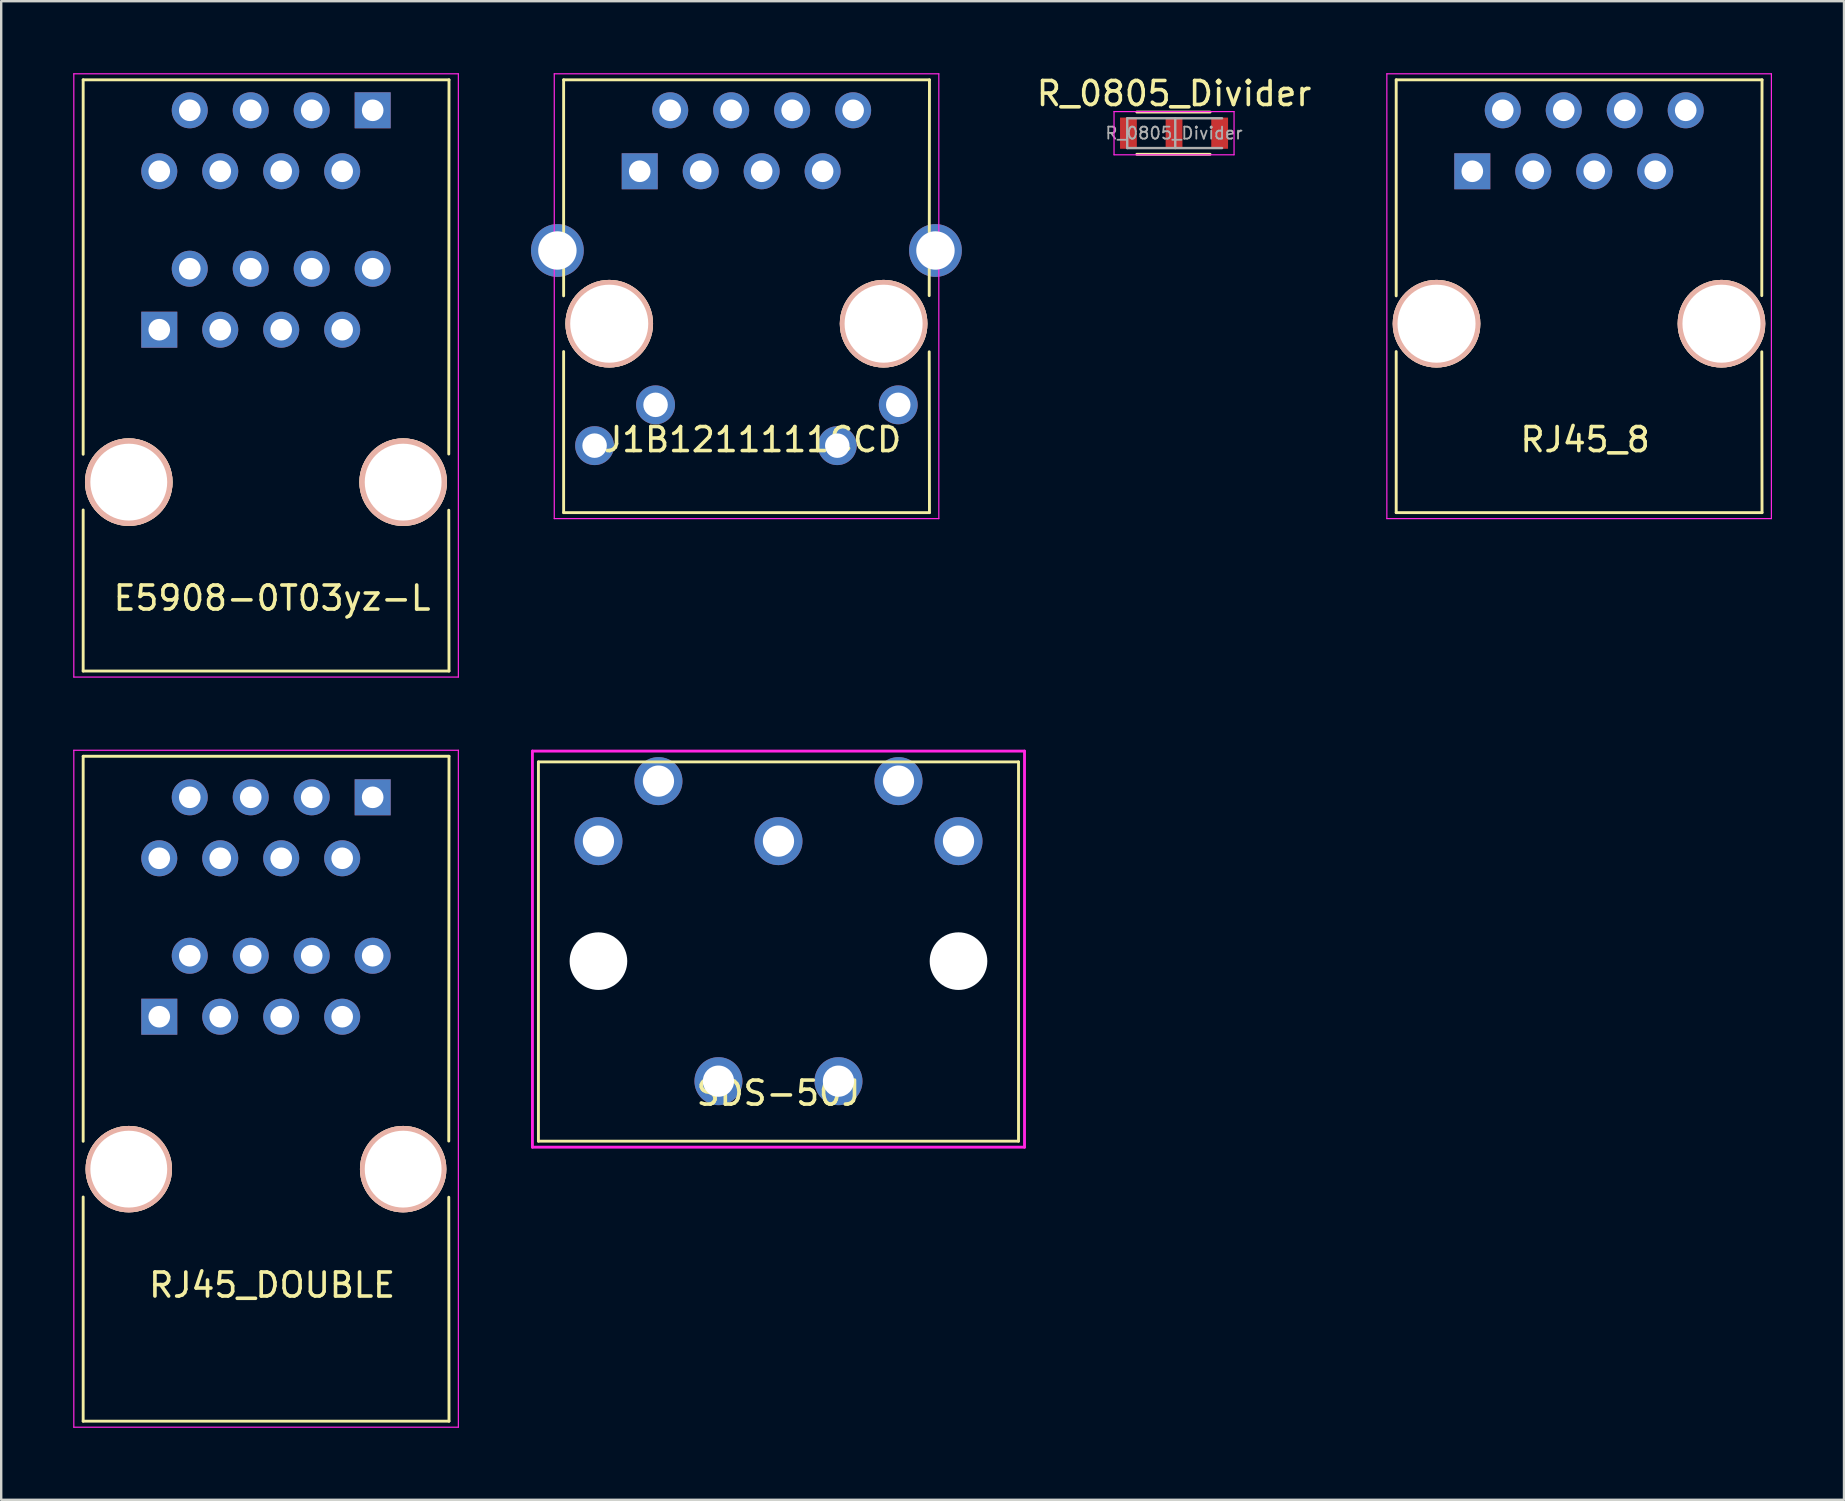
<source format=kicad_pcb>
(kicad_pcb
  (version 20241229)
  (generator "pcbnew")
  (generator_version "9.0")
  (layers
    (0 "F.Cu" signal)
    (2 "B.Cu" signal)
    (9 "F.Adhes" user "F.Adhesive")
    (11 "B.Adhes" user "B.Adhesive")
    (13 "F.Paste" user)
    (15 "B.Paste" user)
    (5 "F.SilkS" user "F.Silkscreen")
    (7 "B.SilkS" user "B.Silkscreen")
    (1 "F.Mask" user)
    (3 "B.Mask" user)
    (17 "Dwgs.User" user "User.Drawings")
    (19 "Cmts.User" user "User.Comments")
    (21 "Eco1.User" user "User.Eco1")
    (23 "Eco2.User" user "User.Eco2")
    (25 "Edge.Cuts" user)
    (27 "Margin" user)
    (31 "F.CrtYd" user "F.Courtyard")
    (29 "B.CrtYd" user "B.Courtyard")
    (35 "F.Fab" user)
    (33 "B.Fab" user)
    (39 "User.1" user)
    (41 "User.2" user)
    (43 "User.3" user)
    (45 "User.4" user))
  (footprint "RJ45_DOUBLE"
    (layer "F.Cu")
    (at 3.585 39.305)
    (property "Reference" "RJ45_DOUBLE" (at 4.7 11.18 0) (layer "F.SilkS") (effects (font (size 1 1) (thickness 0.15))))
    (attr through_hole)
    (fp_line (start -3.17 -10.85) (end -3.17 5.19) (stroke (width 0.12) (type solid)) (layer "F.SilkS"))
    (fp_line (start -3.17 7.51) (end -3.17 16.85) (stroke (width 0.12) (type solid)) (layer "F.SilkS"))
    (fp_line (start -3.17 16.85) (end 12.07 16.85) (stroke (width 0.12) (type solid)) (layer "F.SilkS"))
    (fp_line (start 12.06 7.52) (end 12.07 16.85) (stroke (width 0.12) (type solid)) (layer "F.SilkS"))
    (fp_line (start 12.07 -10.85) (end -3.17 -10.85) (stroke (width 0.12) (type solid)) (layer "F.SilkS"))
    (fp_line (start 12.07 -10.85) (end 12.06 5.18) (stroke (width 0.12) (type solid)) (layer "F.SilkS"))
    (fp_line (start -3.56 -11.1) (end -3.56 17.1) (stroke (width 0.05) (type solid)) (layer "F.CrtYd"))
    (fp_line (start -3.56 -11.1) (end 12.46 -11.1) (stroke (width 0.05) (type solid)) (layer "F.CrtYd"))
    (fp_line (start 12.46 17.1) (end -3.56 17.1) (stroke (width 0.05) (type solid)) (layer "F.CrtYd"))
    (fp_line (start 12.46 17.1) (end 12.46 -11.1) (stroke (width 0.05) (type solid)) (layer "F.CrtYd"))
    (pad "" np_thru_hole circle (at -1.27 6.35) (size 3.6 3.6) (drill 3.2) (layers "*.Cu" "*.SilkS" "*.Mask"))
    (pad "" np_thru_hole circle (at 10.16 6.35) (size 3.6 3.6) (drill 3.2) (layers "*.Cu" "*.SilkS" "*.Mask"))
    (pad "1" thru_hole rect (at 0 0) (size 1.5 1.5) (drill 0.9) (layers "*.Cu" "*.Mask"))
    (pad "2" thru_hole circle (at 1.27 -2.54) (size 1.5 1.5) (drill 0.9) (layers "*.Cu" "*.Mask"))
    (pad "3" thru_hole circle (at 2.54 0) (size 1.5 1.5) (drill 0.9) (layers "*.Cu" "*.Mask"))
    (pad "4" thru_hole circle (at 3.81 -2.54) (size 1.5 1.5) (drill 0.9) (layers "*.Cu" "*.Mask"))
    (pad "5" thru_hole circle (at 5.08 0) (size 1.5 1.5) (drill 0.9) (layers "*.Cu" "*.Mask"))
    (pad "6" thru_hole circle (at 6.35 -2.54) (size 1.5 1.5) (drill 0.9) (layers "*.Cu" "*.Mask"))
    (pad "7" thru_hole circle (at 7.62 0) (size 1.5 1.5) (drill 0.9) (layers "*.Cu" "*.Mask"))
    (pad "8" thru_hole circle (at 8.89 -2.54) (size 1.5 1.5) (drill 0.9) (layers "*.Cu" "*.Mask"))
    (pad "9" thru_hole rect (at 8.89 -9.14 180) (size 1.5 1.5) (drill 0.9) (layers "*.Cu" "*.Mask"))
    (pad "10" thru_hole circle (at 7.62 -6.6 180) (size 1.5 1.5) (drill 0.9) (layers "*.Cu" "*.Mask"))
    (pad "11" thru_hole circle (at 6.35 -9.14 180) (size 1.5 1.5) (drill 0.9) (layers "*.Cu" "*.Mask"))
    (pad "12" thru_hole circle (at 5.08 -6.6 180) (size 1.5 1.5) (drill 0.9) (layers "*.Cu" "*.Mask"))
    (pad "13" thru_hole circle (at 3.81 -9.14 180) (size 1.5 1.5) (drill 0.9) (layers "*.Cu" "*.Mask"))
    (pad "14" thru_hole circle (at 2.54 -6.6 180) (size 1.5 1.5) (drill 0.9) (layers "*.Cu" "*.Mask"))
    (pad "15" thru_hole circle (at 1.27 -9.14 180) (size 1.5 1.5) (drill 0.9) (layers "*.Cu" "*.Mask"))
    (pad "16" thru_hole circle (at 0 -6.6 180) (size 1.5 1.5) (drill 0.9) (layers "*.Cu" "*.Mask")))
  (footprint "RJ45_8"
    (layer "F.Cu")
    (at 58.284 4.085)
    (property "Reference" "RJ45_8" (at 4.7 11.18 0) (layer "F.SilkS") (effects (font (size 1 1) (thickness 0.15))))
    (attr through_hole)
    (fp_line (start -3.17 -3.81) (end -3.17 5.19) (stroke (width 0.12) (type solid)) (layer "F.SilkS"))
    (fp_line (start -3.17 7.51) (end -3.17 14.22) (stroke (width 0.12) (type solid)) (layer "F.SilkS"))
    (fp_line (start -3.17 14.22) (end 12.07 14.22) (stroke (width 0.12) (type solid)) (layer "F.SilkS"))
    (fp_line (start 12.06 7.52) (end 12.07 14.22) (stroke (width 0.12) (type solid)) (layer "F.SilkS"))
    (fp_line (start 12.07 -3.81) (end -3.17 -3.81) (stroke (width 0.12) (type solid)) (layer "F.SilkS"))
    (fp_line (start 12.07 -3.81) (end 12.06 5.18) (stroke (width 0.12) (type solid)) (layer "F.SilkS"))
    (fp_line (start -3.56 -4.06) (end -3.56 14.47) (stroke (width 0.05) (type solid)) (layer "F.CrtYd"))
    (fp_line (start -3.56 -4.06) (end 12.46 -4.06) (stroke (width 0.05) (type solid)) (layer "F.CrtYd"))
    (fp_line (start 12.46 14.47) (end -3.56 14.47) (stroke (width 0.05) (type solid)) (layer "F.CrtYd"))
    (fp_line (start 12.46 14.47) (end 12.46 -4.06) (stroke (width 0.05) (type solid)) (layer "F.CrtYd"))
    (pad "" np_thru_hole circle (at -1.49 6.35) (size 3.65 3.65) (drill 3.25) (layers "*.Cu" "*.SilkS" "*.Mask"))
    (pad "" np_thru_hole circle (at 10.38 6.35) (size 3.65 3.65) (drill 3.25) (layers "*.Cu" "*.SilkS" "*.Mask"))
    (pad "1" thru_hole rect (at 0 0) (size 1.5 1.5) (drill 0.9) (layers "*.Cu" "*.Mask"))
    (pad "2" thru_hole circle (at 1.27 -2.54) (size 1.5 1.5) (drill 0.9) (layers "*.Cu" "*.Mask"))
    (pad "3" thru_hole circle (at 2.54 0) (size 1.5 1.5) (drill 0.9) (layers "*.Cu" "*.Mask"))
    (pad "4" thru_hole circle (at 3.81 -2.54) (size 1.5 1.5) (drill 0.9) (layers "*.Cu" "*.Mask"))
    (pad "5" thru_hole circle (at 5.08 0) (size 1.5 1.5) (drill 0.9) (layers "*.Cu" "*.Mask"))
    (pad "6" thru_hole circle (at 6.35 -2.54) (size 1.5 1.5) (drill 0.9) (layers "*.Cu" "*.Mask"))
    (pad "7" thru_hole circle (at 7.62 0) (size 1.5 1.5) (drill 0.9) (layers "*.Cu" "*.Mask"))
    (pad "8" thru_hole circle (at 8.89 -2.54) (size 1.5 1.5) (drill 0.9) (layers "*.Cu" "*.Mask")))
  (footprint "E5908-0T03yz-L"
    (layer "F.Cu")
    (at 3.585 10.685)
    (property "Reference" "E5908-0T03yz-L" (at 4.7 11.18 0) (layer "F.SilkS") (effects (font (size 1 1) (thickness 0.15))))
    (attr through_hole)
    (fp_line (start -3.17 -10.41) (end -3.17 5.19) (stroke (width 0.12) (type solid)) (layer "F.SilkS"))
    (fp_line (start -3.17 7.51) (end -3.17 14.22) (stroke (width 0.12) (type solid)) (layer "F.SilkS"))
    (fp_line (start -3.17 14.22) (end 12.07 14.22) (stroke (width 0.12) (type solid)) (layer "F.SilkS"))
    (fp_line (start 12.06 7.52) (end 12.07 14.22) (stroke (width 0.12) (type solid)) (layer "F.SilkS"))
    (fp_line (start 12.07 -10.41) (end -3.17 -10.41) (stroke (width 0.12) (type solid)) (layer "F.SilkS"))
    (fp_line (start 12.07 -10.41) (end 12.06 5.18) (stroke (width 0.12) (type solid)) (layer "F.SilkS"))
    (fp_line (start -3.56 -10.66) (end -3.56 14.47) (stroke (width 0.05) (type solid)) (layer "F.CrtYd"))
    (fp_line (start -3.56 -10.66) (end 12.46 -10.66) (stroke (width 0.05) (type solid)) (layer "F.CrtYd"))
    (fp_line (start 12.46 14.47) (end -3.56 14.47) (stroke (width 0.05) (type solid)) (layer "F.CrtYd"))
    (fp_line (start 12.46 14.47) (end 12.46 -10.66) (stroke (width 0.05) (type solid)) (layer "F.CrtYd"))
    (pad "" np_thru_hole circle (at -1.27 6.35) (size 3.65 3.65) (drill 3.2) (layers "*.Cu" "*.SilkS" "*.Mask"))
    (pad "" np_thru_hole circle (at 10.16 6.35) (size 3.65 3.65) (drill 3.2) (layers "*.Cu" "*.SilkS" "*.Mask"))
    (pad "1" thru_hole rect (at 0 0) (size 1.5 1.5) (drill 0.9) (layers "*.Cu" "*.Mask"))
    (pad "2" thru_hole circle (at 1.27 -2.54) (size 1.5 1.5) (drill 0.9) (layers "*.Cu" "*.Mask"))
    (pad "3" thru_hole circle (at 2.54 0) (size 1.5 1.5) (drill 0.9) (layers "*.Cu" "*.Mask"))
    (pad "4" thru_hole circle (at 3.81 -2.54) (size 1.5 1.5) (drill 0.9) (layers "*.Cu" "*.Mask"))
    (pad "5" thru_hole circle (at 5.08 0) (size 1.5 1.5) (drill 0.9) (layers "*.Cu" "*.Mask"))
    (pad "6" thru_hole circle (at 6.35 -2.54) (size 1.5 1.5) (drill 0.9) (layers "*.Cu" "*.Mask"))
    (pad "7" thru_hole circle (at 7.62 0) (size 1.5 1.5) (drill 0.9) (layers "*.Cu" "*.Mask"))
    (pad "8" thru_hole circle (at 8.89 -2.54) (size 1.5 1.5) (drill 0.9) (layers "*.Cu" "*.Mask"))
    (pad "9" thru_hole rect (at 8.89 -9.14 180) (size 1.5 1.5) (drill 0.9) (layers "*.Cu" "*.Mask"))
    (pad "10" thru_hole circle (at 7.62 -6.6 180) (size 1.5 1.5) (drill 0.9) (layers "*.Cu" "*.Mask"))
    (pad "11" thru_hole circle (at 6.35 -9.14 180) (size 1.5 1.5) (drill 0.9) (layers "*.Cu" "*.Mask"))
    (pad "12" thru_hole circle (at 5.08 -6.6 180) (size 1.5 1.5) (drill 0.9) (layers "*.Cu" "*.Mask"))
    (pad "13" thru_hole circle (at 3.81 -9.14 180) (size 1.5 1.5) (drill 0.9) (layers "*.Cu" "*.Mask"))
    (pad "14" thru_hole circle (at 2.54 -6.6 180) (size 1.5 1.5) (drill 0.9) (layers "*.Cu" "*.Mask"))
    (pad "15" thru_hole circle (at 1.27 -9.14 180) (size 1.5 1.5) (drill 0.9) (layers "*.Cu" "*.Mask"))
    (pad "16" thru_hole circle (at 0 -6.6 180) (size 1.5 1.5) (drill 0.9) (layers "*.Cu" "*.Mask")))
  (footprint "R_0805_Divider"
    (layer "F.Cu")
    (at 45.859 2.498)
    (property "Reference" "R_0805_Divider" (at 0 -1.65 0) (layer "F.SilkS") (effects (font (size 1 1) (thickness 0.15))))
    (attr smd)
    (fp_line (start -1.55 -0.88) (end 1.5 -0.88) (stroke (width 0.12) (type solid)) (layer "F.SilkS"))
    (fp_line (start 1.5 0.88) (end -1.55 0.88) (stroke (width 0.12) (type solid)) (layer "F.SilkS"))
    (fp_line (start -2.5 -0.9) (end -2.5 0.9) (stroke (width 0.05) (type solid)) (layer "F.CrtYd"))
    (fp_line (start -2.5 -0.9) (end 2.5 -0.9) (stroke (width 0.05) (type solid)) (layer "F.CrtYd"))
    (fp_line (start 2.5 0.9) (end -2.5 0.9) (stroke (width 0.05) (type solid)) (layer "F.CrtYd"))
    (fp_line (start 2.5 0.9) (end 2.5 -0.9) (stroke (width 0.05) (type solid)) (layer "F.CrtYd"))
    (fp_line (start -1.95 -0.62) (end 2 -0.62) (stroke (width 0.1) (type solid)) (layer "F.Fab"))
    (fp_line (start -1.95 0.62) (end -1.95 -0.62) (stroke (width 0.1) (type solid)) (layer "F.Fab"))
    (fp_line (start 0.05 -0.62) (end 0.05 0.62) (stroke (width 0.1) (type solid)) (layer "F.Fab"))
    (fp_line (start 2 0.62) (end -1.95 0.62) (stroke (width 0.1) (type solid)) (layer "F.Fab"))
    (fp_text user "${REFERENCE}" (at 0 0 0) (layer "F.Fab") (effects (font (size 0.5 0.5) (thickness 0.075))))
    (pad "1" smd rect (at -1.9 0) (size 0.7 1.3) (layers "F.Cu" "F.Mask" "F.Paste"))
    (pad "2" smd rect (at 0 0) (size 0.7 1.3) (layers "F.Cu" "F.Mask" "F.Paste"))
    (pad "3" smd rect (at 1.9 0) (size 0.7 1.3) (layers "F.Cu" "F.Mask" "F.Paste")))
  (footprint "J1B1211111CCD"
    (layer "F.Cu")
    (at 23.6 4.085)
    (property "Reference" "J1B1211111CCD" (at 4.7 11.18 0) (layer "F.SilkS") (effects (font (size 1 1) (thickness 0.15))))
    (attr through_hole)
    (fp_line (start -3.17 -3.81) (end -3.17 5.19) (stroke (width 0.12) (type solid)) (layer "F.SilkS"))
    (fp_line (start -3.17 7.51) (end -3.17 14.22) (stroke (width 0.12) (type solid)) (layer "F.SilkS"))
    (fp_line (start -3.17 14.22) (end 12.07 14.22) (stroke (width 0.12) (type solid)) (layer "F.SilkS"))
    (fp_line (start 12.06 7.52) (end 12.07 14.22) (stroke (width 0.12) (type solid)) (layer "F.SilkS"))
    (fp_line (start 12.07 -3.81) (end -3.17 -3.81) (stroke (width 0.12) (type solid)) (layer "F.SilkS"))
    (fp_line (start 12.07 -3.81) (end 12.06 5.18) (stroke (width 0.12) (type solid)) (layer "F.SilkS"))
    (fp_line (start -3.56 -4.06) (end -3.56 14.47) (stroke (width 0.05) (type solid)) (layer "F.CrtYd"))
    (fp_line (start -3.56 -4.06) (end 12.46 -4.06) (stroke (width 0.05) (type solid)) (layer "F.CrtYd"))
    (fp_line (start 12.46 14.47) (end -3.56 14.47) (stroke (width 0.05) (type solid)) (layer "F.CrtYd"))
    (fp_line (start 12.46 14.47) (end 12.46 -4.06) (stroke (width 0.05) (type solid)) (layer "F.CrtYd"))
    (pad "" np_thru_hole circle (at -1.27 6.35) (size 3.65 3.65) (drill 3.25) (layers "*.Cu" "*.SilkS" "*.Mask"))
    (pad "" np_thru_hole circle (at 10.16 6.35) (size 3.65 3.65) (drill 3.25) (layers "*.Cu" "*.SilkS" "*.Mask"))
    (pad "1" thru_hole rect (at 0 0) (size 1.5 1.5) (drill 0.9) (layers "*.Cu" "*.Mask"))
    (pad "2" thru_hole circle (at 1.27 -2.54) (size 1.5 1.5) (drill 0.9) (layers "*.Cu" "*.Mask"))
    (pad "3" thru_hole circle (at 2.54 0) (size 1.5 1.5) (drill 0.9) (layers "*.Cu" "*.Mask"))
    (pad "4" thru_hole circle (at 3.81 -2.54) (size 1.5 1.5) (drill 0.9) (layers "*.Cu" "*.Mask"))
    (pad "5" thru_hole circle (at 5.08 0) (size 1.5 1.5) (drill 0.9) (layers "*.Cu" "*.Mask"))
    (pad "6" thru_hole circle (at 6.35 -2.54) (size 1.5 1.5) (drill 0.9) (layers "*.Cu" "*.Mask"))
    (pad "7" thru_hole circle (at 7.62 0) (size 1.5 1.5) (drill 0.9) (layers "*.Cu" "*.Mask"))
    (pad "8" thru_hole circle (at 8.89 -2.54) (size 1.5 1.5) (drill 0.9) (layers "*.Cu" "*.Mask"))
    (pad "9" thru_hole circle (at -1.88 11.43) (size 1.62 1.62) (drill 1.02) (layers "*.Cu" "*.Mask"))
    (pad "10" thru_hole circle (at 0.66 9.73) (size 1.62 1.62) (drill 1.02) (layers "*.Cu" "*.Mask"))
    (pad "11" thru_hole circle (at 8.23 11.43) (size 1.62 1.62) (drill 1.02) (layers "*.Cu" "*.Mask"))
    (pad "12" thru_hole circle (at 10.77 9.73) (size 1.62 1.62) (drill 1.02) (layers "*.Cu" "*.Mask"))
    (pad "SH" thru_hole circle (at -3.43 3.3) (size 2.2 2.2) (drill 1.6) (layers "*.Cu" "*.Mask"))
    (pad "SH" thru_hole circle (at 12.32 3.3) (size 2.2 2.2) (drill 1.6) (layers "*.Cu" "*.Mask")))
  (footprint "SDS-50J"
    (layer "F.Cu")
    (at 29.38 41.99)
    (property "Reference" "SDS-50J" (at 0 0.5 0) (layer "F.SilkS") (effects (font (size 1 1) (thickness 0.15))))
    (attr through_hole)
    (fp_line (start -10 -13.3) (end -10 2.5) (stroke (width 0.12) (type solid)) (layer "F.SilkS"))
    (fp_line (start -10 2.5) (end 10 2.5) (stroke (width 0.12) (type solid)) (layer "F.SilkS"))
    (fp_line (start 10 -13.3) (end -10 -13.3) (stroke (width 0.12) (type solid)) (layer "F.SilkS"))
    (fp_line (start 10 2.5) (end 10 -13.3) (stroke (width 0.12) (type solid)) (layer "F.SilkS"))
    (fp_line (start -10.25 -13.75) (end 10.25 -13.75) (stroke (width 0.12) (type solid)) (layer "F.CrtYd"))
    (fp_line (start -10.25 2.75) (end -10.25 -13.75) (stroke (width 0.12) (type solid)) (layer "F.CrtYd"))
    (fp_line (start 10.25 -13.75) (end 10.25 2.75) (stroke (width 0.12) (type solid)) (layer "F.CrtYd"))
    (fp_line (start 10.25 2.75) (end -10.25 2.75) (stroke (width 0.12) (type solid)) (layer "F.CrtYd"))
    (pad "" np_thru_hole circle (at -7.5 -5) (size 2.4 2.4) (drill 2.4) (layers "*.Cu" "*.Mask"))
    (pad "" np_thru_hole circle (at 7.5 -5) (size 2.4 2.4) (drill 2.4) (layers "*.Cu" "*.Mask"))
    (pad "1" thru_hole circle (at 7.5 -10) (size 2 2) (drill 1.3) (layers "*.Cu" "*.Mask"))
    (pad "2" thru_hole circle (at 0 -10) (size 2 2) (drill 1.3) (layers "*.Cu" "*.Mask"))
    (pad "3" thru_hole circle (at -7.5 -10) (size 2 2) (drill 1.3) (layers "*.Cu" "*.Mask"))
    (pad "4" thru_hole circle (at 5 -12.5) (size 2 2) (drill 1.3) (layers "*.Cu" "*.Mask"))
    (pad "5" thru_hole circle (at -5 -12.5) (size 2 2) (drill 1.3) (layers "*.Cu" "*.Mask"))
    (pad "6" thru_hole circle (at -2.5 0) (size 2 2) (drill 1.3) (layers "*.Cu" "*.Mask"))
    (pad "6" thru_hole circle (at 2.5 0) (size 2 2) (drill 1.3) (layers "*.Cu" "*.Mask")))
  (gr_rect
    (start -3 -3)
    (end 73.769 59.43)
    (stroke (width 0.1) (type default))
    (fill no)
    (layer "Edge.Cuts")))
</source>
